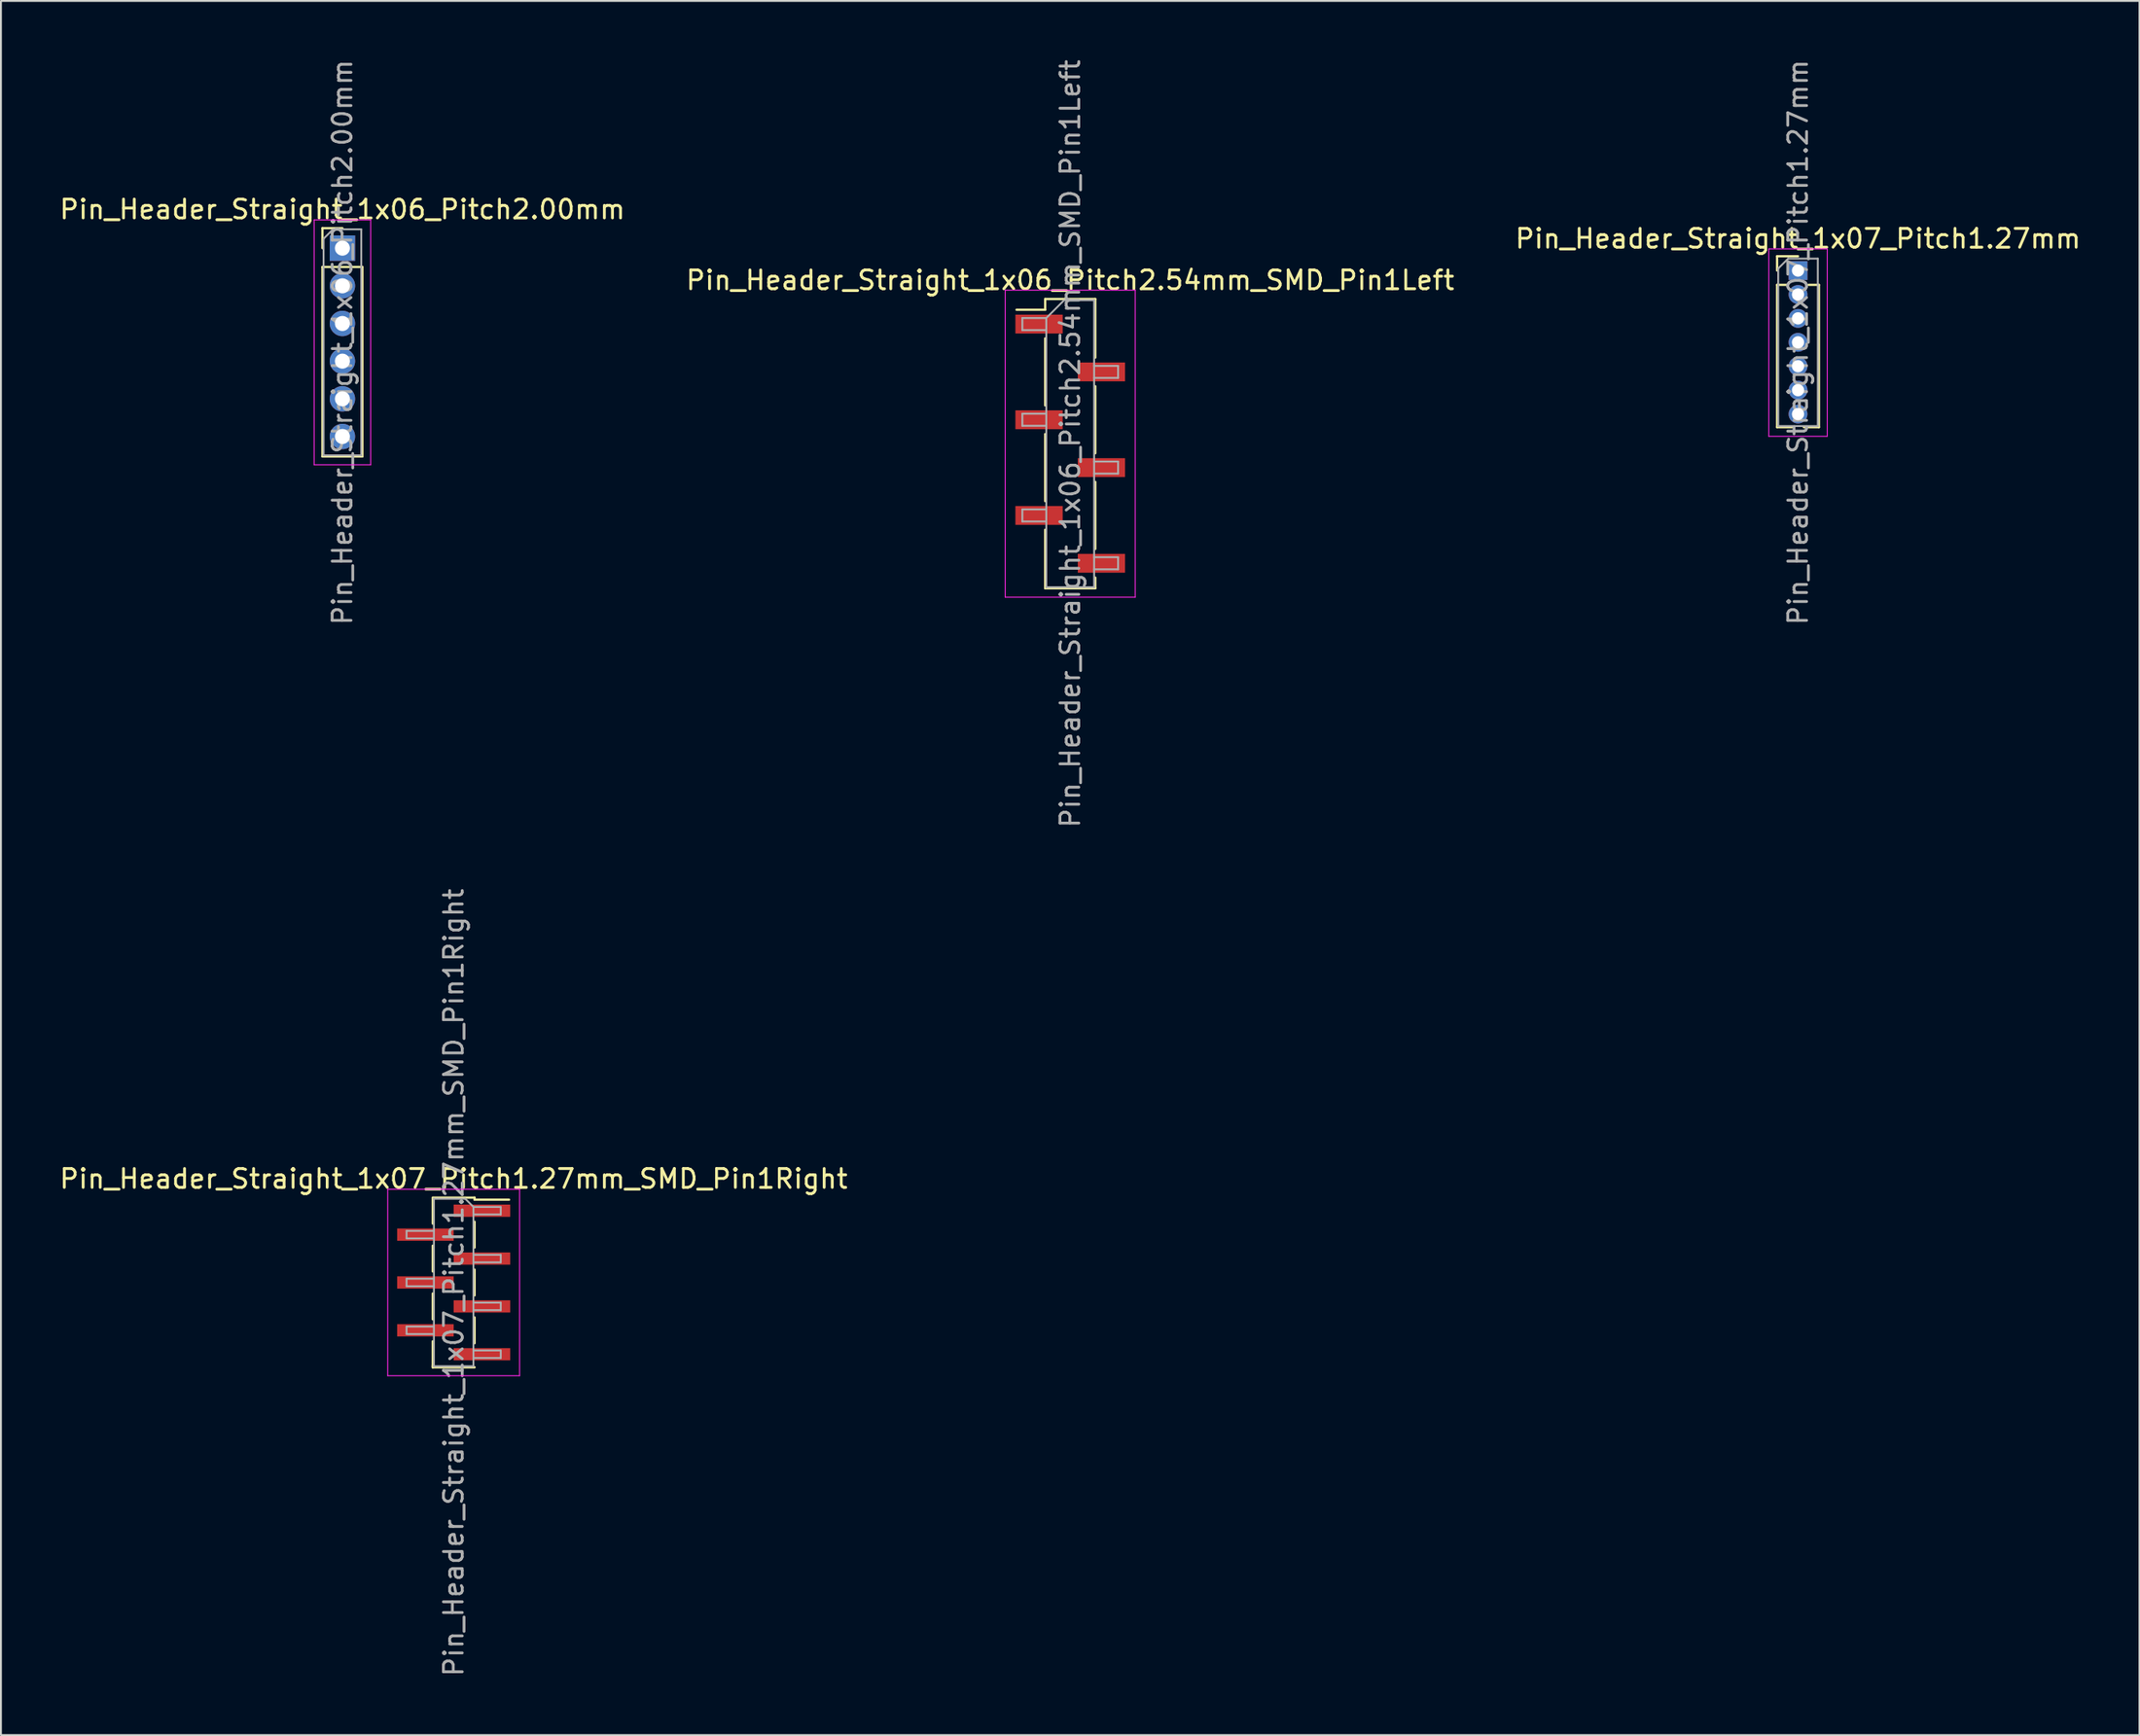
<source format=kicad_pcb>
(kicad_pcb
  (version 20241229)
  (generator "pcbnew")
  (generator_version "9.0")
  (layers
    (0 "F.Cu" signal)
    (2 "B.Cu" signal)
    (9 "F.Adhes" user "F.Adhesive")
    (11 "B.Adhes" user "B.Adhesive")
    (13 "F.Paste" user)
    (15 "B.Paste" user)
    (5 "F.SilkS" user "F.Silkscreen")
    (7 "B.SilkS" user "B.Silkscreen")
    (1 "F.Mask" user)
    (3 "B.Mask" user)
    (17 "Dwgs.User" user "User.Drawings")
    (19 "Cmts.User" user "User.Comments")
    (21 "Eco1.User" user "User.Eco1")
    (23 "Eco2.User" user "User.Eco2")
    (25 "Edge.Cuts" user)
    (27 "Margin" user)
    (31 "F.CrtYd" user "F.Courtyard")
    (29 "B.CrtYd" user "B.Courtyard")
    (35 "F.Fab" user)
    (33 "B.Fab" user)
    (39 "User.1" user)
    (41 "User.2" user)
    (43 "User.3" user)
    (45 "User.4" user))
  (footprint "Pin_Header_Straight_1x06_Pitch2.54mm_SMD_Pin1Left"
    (layer "F.Cu")
    (at 53.756 20.506)
    (property "Reference" "Pin_Header_Straight_1x06_Pitch2.54mm_SMD_Pin1Left" (at 0 -8.68 0) (layer "F.SilkS") (effects (font (size 1 1) (thickness 0.15))))
    (attr smd)
    (fp_line (start -1.33 -7.68) (end -1.33 -7.11) (stroke (width 0.12) (type solid)) (layer "F.SilkS"))
    (fp_line (start -1.33 -7.68) (end 1.33 -7.68) (stroke (width 0.12) (type solid)) (layer "F.SilkS"))
    (fp_line (start -1.33 -7.11) (end -2.85 -7.11) (stroke (width 0.12) (type solid)) (layer "F.SilkS"))
    (fp_line (start -1.33 -5.59) (end -1.33 -2.03) (stroke (width 0.12) (type solid)) (layer "F.SilkS"))
    (fp_line (start -1.33 -0.51) (end -1.33 3.05) (stroke (width 0.12) (type solid)) (layer "F.SilkS"))
    (fp_line (start -1.33 4.57) (end -1.33 7.68) (stroke (width 0.12) (type solid)) (layer "F.SilkS"))
    (fp_line (start -1.33 7.68) (end 1.33 7.68) (stroke (width 0.12) (type solid)) (layer "F.SilkS"))
    (fp_line (start 1.33 -7.68) (end 1.33 -4.57) (stroke (width 0.12) (type solid)) (layer "F.SilkS"))
    (fp_line (start 1.33 -3.05) (end 1.33 0.51) (stroke (width 0.12) (type solid)) (layer "F.SilkS"))
    (fp_line (start 1.33 2.03) (end 1.33 5.59) (stroke (width 0.12) (type solid)) (layer "F.SilkS"))
    (fp_line (start 1.33 7.11) (end 1.33 7.68) (stroke (width 0.12) (type solid)) (layer "F.SilkS"))
    (fp_line (start -3.45 -8.15) (end -3.45 8.15) (stroke (width 0.05) (type solid)) (layer "F.CrtYd"))
    (fp_line (start -3.45 8.15) (end 3.45 8.15) (stroke (width 0.05) (type solid)) (layer "F.CrtYd"))
    (fp_line (start 3.45 -8.15) (end -3.45 -8.15) (stroke (width 0.05) (type solid)) (layer "F.CrtYd"))
    (fp_line (start 3.45 8.15) (end 3.45 -8.15) (stroke (width 0.05) (type solid)) (layer "F.CrtYd"))
    (fp_line (start -2.54 -6.67) (end -2.54 -6.03) (stroke (width 0.1) (type solid)) (layer "F.Fab"))
    (fp_line (start -2.54 -6.03) (end -1.27 -6.03) (stroke (width 0.1) (type solid)) (layer "F.Fab"))
    (fp_line (start -2.54 -1.59) (end -2.54 -0.95) (stroke (width 0.1) (type solid)) (layer "F.Fab"))
    (fp_line (start -2.54 -0.95) (end -1.27 -0.95) (stroke (width 0.1) (type solid)) (layer "F.Fab"))
    (fp_line (start -2.54 3.49) (end -2.54 4.13) (stroke (width 0.1) (type solid)) (layer "F.Fab"))
    (fp_line (start -2.54 4.13) (end -1.27 4.13) (stroke (width 0.1) (type solid)) (layer "F.Fab"))
    (fp_line (start -1.27 -6.67) (end -2.54 -6.67) (stroke (width 0.1) (type solid)) (layer "F.Fab"))
    (fp_line (start -1.27 -6.67) (end -0.32 -7.62) (stroke (width 0.1) (type solid)) (layer "F.Fab"))
    (fp_line (start -1.27 -1.59) (end -2.54 -1.59) (stroke (width 0.1) (type solid)) (layer "F.Fab"))
    (fp_line (start -1.27 3.49) (end -2.54 3.49) (stroke (width 0.1) (type solid)) (layer "F.Fab"))
    (fp_line (start -1.27 7.62) (end -1.27 -6.67) (stroke (width 0.1) (type solid)) (layer "F.Fab"))
    (fp_line (start -0.32 -7.62) (end 1.27 -7.62) (stroke (width 0.1) (type solid)) (layer "F.Fab"))
    (fp_line (start 1.27 -7.62) (end 1.27 7.62) (stroke (width 0.1) (type solid)) (layer "F.Fab"))
    (fp_line (start 1.27 -4.13) (end 2.54 -4.13) (stroke (width 0.1) (type solid)) (layer "F.Fab"))
    (fp_line (start 1.27 0.95) (end 2.54 0.95) (stroke (width 0.1) (type solid)) (layer "F.Fab"))
    (fp_line (start 1.27 6.03) (end 2.54 6.03) (stroke (width 0.1) (type solid)) (layer "F.Fab"))
    (fp_line (start 1.27 7.62) (end -1.27 7.62) (stroke (width 0.1) (type solid)) (layer "F.Fab"))
    (fp_line (start 2.54 -4.13) (end 2.54 -3.49) (stroke (width 0.1) (type solid)) (layer "F.Fab"))
    (fp_line (start 2.54 -3.49) (end 1.27 -3.49) (stroke (width 0.1) (type solid)) (layer "F.Fab"))
    (fp_line (start 2.54 0.95) (end 2.54 1.59) (stroke (width 0.1) (type solid)) (layer "F.Fab"))
    (fp_line (start 2.54 1.59) (end 1.27 1.59) (stroke (width 0.1) (type solid)) (layer "F.Fab"))
    (fp_line (start 2.54 6.03) (end 2.54 6.67) (stroke (width 0.1) (type solid)) (layer "F.Fab"))
    (fp_line (start 2.54 6.67) (end 1.27 6.67) (stroke (width 0.1) (type solid)) (layer "F.Fab"))
    (fp_text user "${REFERENCE}" (at 0 0 90) (layer "F.Fab") (effects (font (size 1 1) (thickness 0.15))))
    (pad "1" smd rect (at -1.655 -6.35) (size 2.51 1) (layers "F.Cu" "F.Mask" "F.Paste"))
    (pad "2" smd rect (at 1.655 -3.81) (size 2.51 1) (layers "F.Cu" "F.Mask" "F.Paste"))
    (pad "3" smd rect (at -1.655 -1.27) (size 2.51 1) (layers "F.Cu" "F.Mask" "F.Paste"))
    (pad "4" smd rect (at 1.655 1.27) (size 2.51 1) (layers "F.Cu" "F.Mask" "F.Paste"))
    (pad "5" smd rect (at -1.655 3.81) (size 2.51 1) (layers "F.Cu" "F.Mask" "F.Paste"))
    (pad "6" smd rect (at 1.655 6.35) (size 2.51 1) (layers "F.Cu" "F.Mask" "F.Paste")))
  (footprint "Pin_Header_Straight_1x07_Pitch1.27mm_SMD_Pin1Right"
    (layer "F.Cu")
    (at 21.03 65.042)
    (property "Reference" "Pin_Header_Straight_1x07_Pitch1.27mm_SMD_Pin1Right" (at 0 -5.505 0) (layer "F.SilkS") (effects (font (size 1 1) (thickness 0.15))))
    (attr smd)
    (fp_line (start -1.11 -4.505) (end 1.11 -4.505) (stroke (width 0.12) (type solid)) (layer "F.SilkS"))
    (fp_line (start -1.11 -4.495) (end -1.11 -3.125) (stroke (width 0.12) (type solid)) (layer "F.SilkS"))
    (fp_line (start -1.11 -1.955) (end -1.11 -0.585) (stroke (width 0.12) (type solid)) (layer "F.SilkS"))
    (fp_line (start -1.11 0.585) (end -1.11 1.955) (stroke (width 0.12) (type solid)) (layer "F.SilkS"))
    (fp_line (start -1.11 3.125) (end -1.11 4.495) (stroke (width 0.12) (type solid)) (layer "F.SilkS"))
    (fp_line (start -1.11 4.395) (end -1.11 4.505) (stroke (width 0.12) (type solid)) (layer "F.SilkS"))
    (fp_line (start -1.11 4.505) (end 1.11 4.505) (stroke (width 0.12) (type solid)) (layer "F.SilkS"))
    (fp_line (start 1.11 -4.505) (end 1.11 -4.395) (stroke (width 0.12) (type solid)) (layer "F.SilkS"))
    (fp_line (start 1.11 -4.395) (end 2.94 -4.395) (stroke (width 0.12) (type solid)) (layer "F.SilkS"))
    (fp_line (start 1.11 -3.225) (end 1.11 -1.855) (stroke (width 0.12) (type solid)) (layer "F.SilkS"))
    (fp_line (start 1.11 -0.685) (end 1.11 0.685) (stroke (width 0.12) (type solid)) (layer "F.SilkS"))
    (fp_line (start 1.11 1.855) (end 1.11 3.225) (stroke (width 0.12) (type solid)) (layer "F.SilkS"))
    (fp_line (start -3.5 -4.95) (end -3.5 4.95) (stroke (width 0.05) (type solid)) (layer "F.CrtYd"))
    (fp_line (start -3.5 4.95) (end 3.5 4.95) (stroke (width 0.05) (type solid)) (layer "F.CrtYd"))
    (fp_line (start 3.5 -4.95) (end -3.5 -4.95) (stroke (width 0.05) (type solid)) (layer "F.CrtYd"))
    (fp_line (start 3.5 4.95) (end 3.5 -4.95) (stroke (width 0.05) (type solid)) (layer "F.CrtYd"))
    (fp_line (start -2.5 -2.74) (end -2.5 -2.34) (stroke (width 0.1) (type solid)) (layer "F.Fab"))
    (fp_line (start -2.5 -2.34) (end -1.05 -2.34) (stroke (width 0.1) (type solid)) (layer "F.Fab"))
    (fp_line (start -2.5 -0.2) (end -2.5 0.2) (stroke (width 0.1) (type solid)) (layer "F.Fab"))
    (fp_line (start -2.5 0.2) (end -1.05 0.2) (stroke (width 0.1) (type solid)) (layer "F.Fab"))
    (fp_line (start -2.5 2.34) (end -2.5 2.74) (stroke (width 0.1) (type solid)) (layer "F.Fab"))
    (fp_line (start -2.5 2.74) (end -1.05 2.74) (stroke (width 0.1) (type solid)) (layer "F.Fab"))
    (fp_line (start -1.05 -4.445) (end -1.05 4.445) (stroke (width 0.1) (type solid)) (layer "F.Fab"))
    (fp_line (start -1.05 -4.445) (end 0.615 -4.445) (stroke (width 0.1) (type solid)) (layer "F.Fab"))
    (fp_line (start -1.05 -2.74) (end -2.5 -2.74) (stroke (width 0.1) (type solid)) (layer "F.Fab"))
    (fp_line (start -1.05 -0.2) (end -2.5 -0.2) (stroke (width 0.1) (type solid)) (layer "F.Fab"))
    (fp_line (start -1.05 2.34) (end -2.5 2.34) (stroke (width 0.1) (type solid)) (layer "F.Fab"))
    (fp_line (start 1.05 -4.01) (end 0.615 -4.445) (stroke (width 0.1) (type solid)) (layer "F.Fab"))
    (fp_line (start 1.05 -4.01) (end 2.5 -4.01) (stroke (width 0.1) (type solid)) (layer "F.Fab"))
    (fp_line (start 1.05 -1.47) (end 2.5 -1.47) (stroke (width 0.1) (type solid)) (layer "F.Fab"))
    (fp_line (start 1.05 1.07) (end 2.5 1.07) (stroke (width 0.1) (type solid)) (layer "F.Fab"))
    (fp_line (start 1.05 3.61) (end 2.5 3.61) (stroke (width 0.1) (type solid)) (layer "F.Fab"))
    (fp_line (start 1.05 4.445) (end -1.05 4.445) (stroke (width 0.1) (type solid)) (layer "F.Fab"))
    (fp_line (start 1.05 4.445) (end 1.05 -4.01) (stroke (width 0.1) (type solid)) (layer "F.Fab"))
    (fp_line (start 2.5 -4.01) (end 2.5 -3.61) (stroke (width 0.1) (type solid)) (layer "F.Fab"))
    (fp_line (start 2.5 -3.61) (end 1.05 -3.61) (stroke (width 0.1) (type solid)) (layer "F.Fab"))
    (fp_line (start 2.5 -1.47) (end 2.5 -1.07) (stroke (width 0.1) (type solid)) (layer "F.Fab"))
    (fp_line (start 2.5 -1.07) (end 1.05 -1.07) (stroke (width 0.1) (type solid)) (layer "F.Fab"))
    (fp_line (start 2.5 1.07) (end 2.5 1.47) (stroke (width 0.1) (type solid)) (layer "F.Fab"))
    (fp_line (start 2.5 1.47) (end 1.05 1.47) (stroke (width 0.1) (type solid)) (layer "F.Fab"))
    (fp_line (start 2.5 3.61) (end 2.5 4.01) (stroke (width 0.1) (type solid)) (layer "F.Fab"))
    (fp_line (start 2.5 4.01) (end 1.05 4.01) (stroke (width 0.1) (type solid)) (layer "F.Fab"))
    (fp_text user "${REFERENCE}" (at 0 0 90) (layer "F.Fab") (effects (font (size 1 1) (thickness 0.15))))
    (pad "1" smd rect (at 1.5 -3.81) (size 3 0.65) (layers "F.Cu" "F.Mask" "F.Paste"))
    (pad "2" smd rect (at -1.5 -2.54) (size 3 0.65) (layers "F.Cu" "F.Mask" "F.Paste"))
    (pad "3" smd rect (at 1.5 -1.27) (size 3 0.65) (layers "F.Cu" "F.Mask" "F.Paste"))
    (pad "4" smd rect (at -1.5 0) (size 3 0.65) (layers "F.Cu" "F.Mask" "F.Paste"))
    (pad "5" smd rect (at 1.5 1.27) (size 3 0.65) (layers "F.Cu" "F.Mask" "F.Paste"))
    (pad "6" smd rect (at -1.5 2.54) (size 3 0.65) (layers "F.Cu" "F.Mask" "F.Paste"))
    (pad "7" smd rect (at 1.5 3.81) (size 3 0.65) (layers "F.Cu" "F.Mask" "F.Paste")))
  (footprint "Pin_Header_Straight_1x07_Pitch1.27mm"
    (layer "F.Cu")
    (at 92.387 11.315)
    (property "Reference" "Pin_Header_Straight_1x07_Pitch1.27mm" (at 0 -1.695 0) (layer "F.SilkS") (effects (font (size 1 1) (thickness 0.15))))
    (attr through_hole)
    (fp_line (start -1.11 -0.76) (end 0 -0.76) (stroke (width 0.12) (type solid)) (layer "F.SilkS"))
    (fp_line (start -1.11 0) (end -1.11 -0.76) (stroke (width 0.12) (type solid)) (layer "F.SilkS"))
    (fp_line (start -1.11 0.76) (end -1.11 8.315) (stroke (width 0.12) (type solid)) (layer "F.SilkS"))
    (fp_line (start -1.11 0.76) (end -0.563 0.76) (stroke (width 0.12) (type solid)) (layer "F.SilkS"))
    (fp_line (start -1.11 8.315) (end -0.308 8.315) (stroke (width 0.12) (type solid)) (layer "F.SilkS"))
    (fp_line (start 0.308 8.315) (end 1.11 8.315) (stroke (width 0.12) (type solid)) (layer "F.SilkS"))
    (fp_line (start 0.563 0.76) (end 1.11 0.76) (stroke (width 0.12) (type solid)) (layer "F.SilkS"))
    (fp_line (start 1.11 0.76) (end 1.11 8.315) (stroke (width 0.12) (type solid)) (layer "F.SilkS"))
    (fp_line (start -1.55 -1.15) (end -1.55 8.8) (stroke (width 0.05) (type solid)) (layer "F.CrtYd"))
    (fp_line (start -1.55 8.8) (end 1.55 8.8) (stroke (width 0.05) (type solid)) (layer "F.CrtYd"))
    (fp_line (start 1.55 -1.15) (end -1.55 -1.15) (stroke (width 0.05) (type solid)) (layer "F.CrtYd"))
    (fp_line (start 1.55 8.8) (end 1.55 -1.15) (stroke (width 0.05) (type solid)) (layer "F.CrtYd"))
    (fp_line (start -1.05 -0.11) (end -0.525 -0.635) (stroke (width 0.1) (type solid)) (layer "F.Fab"))
    (fp_line (start -1.05 8.255) (end -1.05 -0.11) (stroke (width 0.1) (type solid)) (layer "F.Fab"))
    (fp_line (start -0.525 -0.635) (end 1.05 -0.635) (stroke (width 0.1) (type solid)) (layer "F.Fab"))
    (fp_line (start 1.05 -0.635) (end 1.05 8.255) (stroke (width 0.1) (type solid)) (layer "F.Fab"))
    (fp_line (start 1.05 8.255) (end -1.05 8.255) (stroke (width 0.1) (type solid)) (layer "F.Fab"))
    (fp_text user "${REFERENCE}" (at 0 3.81 90) (layer "F.Fab") (effects (font (size 1 1) (thickness 0.15))))
    (pad "1" thru_hole rect (at 0 0) (size 1 1) (drill 0.65) (layers "*.Cu" "*.Mask"))
    (pad "2" thru_hole oval (at 0 1.27) (size 1 1) (drill 0.65) (layers "*.Cu" "*.Mask"))
    (pad "3" thru_hole oval (at 0 2.54) (size 1 1) (drill 0.65) (layers "*.Cu" "*.Mask"))
    (pad "4" thru_hole oval (at 0 3.81) (size 1 1) (drill 0.65) (layers "*.Cu" "*.Mask"))
    (pad "5" thru_hole oval (at 0 5.08) (size 1 1) (drill 0.65) (layers "*.Cu" "*.Mask"))
    (pad "6" thru_hole oval (at 0 6.35) (size 1 1) (drill 0.65) (layers "*.Cu" "*.Mask"))
    (pad "7" thru_hole oval (at 0 7.62) (size 1 1) (drill 0.65) (layers "*.Cu" "*.Mask")))
  (footprint "Pin_Header_Straight_1x06_Pitch2.00mm"
    (layer "F.Cu")
    (at 15.125 10.125)
    (property "Reference" "Pin_Header_Straight_1x06_Pitch2.00mm" (at 0 -2.06 0) (layer "F.SilkS") (effects (font (size 1 1) (thickness 0.15))))
    (attr through_hole)
    (fp_line (start -1.06 -1.06) (end 0 -1.06) (stroke (width 0.12) (type solid)) (layer "F.SilkS"))
    (fp_line (start -1.06 0) (end -1.06 -1.06) (stroke (width 0.12) (type solid)) (layer "F.SilkS"))
    (fp_line (start -1.06 1) (end -1.06 11.06) (stroke (width 0.12) (type solid)) (layer "F.SilkS"))
    (fp_line (start -1.06 1) (end 1.06 1) (stroke (width 0.12) (type solid)) (layer "F.SilkS"))
    (fp_line (start -1.06 11.06) (end 1.06 11.06) (stroke (width 0.12) (type solid)) (layer "F.SilkS"))
    (fp_line (start 1.06 1) (end 1.06 11.06) (stroke (width 0.12) (type solid)) (layer "F.SilkS"))
    (fp_line (start -1.5 -1.5) (end -1.5 11.5) (stroke (width 0.05) (type solid)) (layer "F.CrtYd"))
    (fp_line (start -1.5 11.5) (end 1.5 11.5) (stroke (width 0.05) (type solid)) (layer "F.CrtYd"))
    (fp_line (start 1.5 -1.5) (end -1.5 -1.5) (stroke (width 0.05) (type solid)) (layer "F.CrtYd"))
    (fp_line (start 1.5 11.5) (end 1.5 -1.5) (stroke (width 0.05) (type solid)) (layer "F.CrtYd"))
    (fp_line (start -1 -0.5) (end -0.5 -1) (stroke (width 0.1) (type solid)) (layer "F.Fab"))
    (fp_line (start -1 11) (end -1 -0.5) (stroke (width 0.1) (type solid)) (layer "F.Fab"))
    (fp_line (start -0.5 -1) (end 1 -1) (stroke (width 0.1) (type solid)) (layer "F.Fab"))
    (fp_line (start 1 -1) (end 1 11) (stroke (width 0.1) (type solid)) (layer "F.Fab"))
    (fp_line (start 1 11) (end -1 11) (stroke (width 0.1) (type solid)) (layer "F.Fab"))
    (fp_text user "${REFERENCE}" (at 0 5 90) (layer "F.Fab") (effects (font (size 1 1) (thickness 0.15))))
    (pad "1" thru_hole rect (at 0 0) (size 1.35 1.35) (drill 0.8) (layers "*.Cu" "*.Mask"))
    (pad "2" thru_hole oval (at 0 2) (size 1.35 1.35) (drill 0.8) (layers "*.Cu" "*.Mask"))
    (pad "3" thru_hole oval (at 0 4) (size 1.35 1.35) (drill 0.8) (layers "*.Cu" "*.Mask"))
    (pad "4" thru_hole oval (at 0 6) (size 1.35 1.35) (drill 0.8) (layers "*.Cu" "*.Mask"))
    (pad "5" thru_hole oval (at 0 8) (size 1.35 1.35) (drill 0.8) (layers "*.Cu" "*.Mask"))
    (pad "6" thru_hole oval (at 0 10) (size 1.35 1.35) (drill 0.8) (layers "*.Cu" "*.Mask")))
  (gr_rect
    (start -3 -3)
    (end 110.512 89.071)
    (stroke (width 0.1) (type default))
    (fill no)
    (layer "Edge.Cuts")))
</source>
